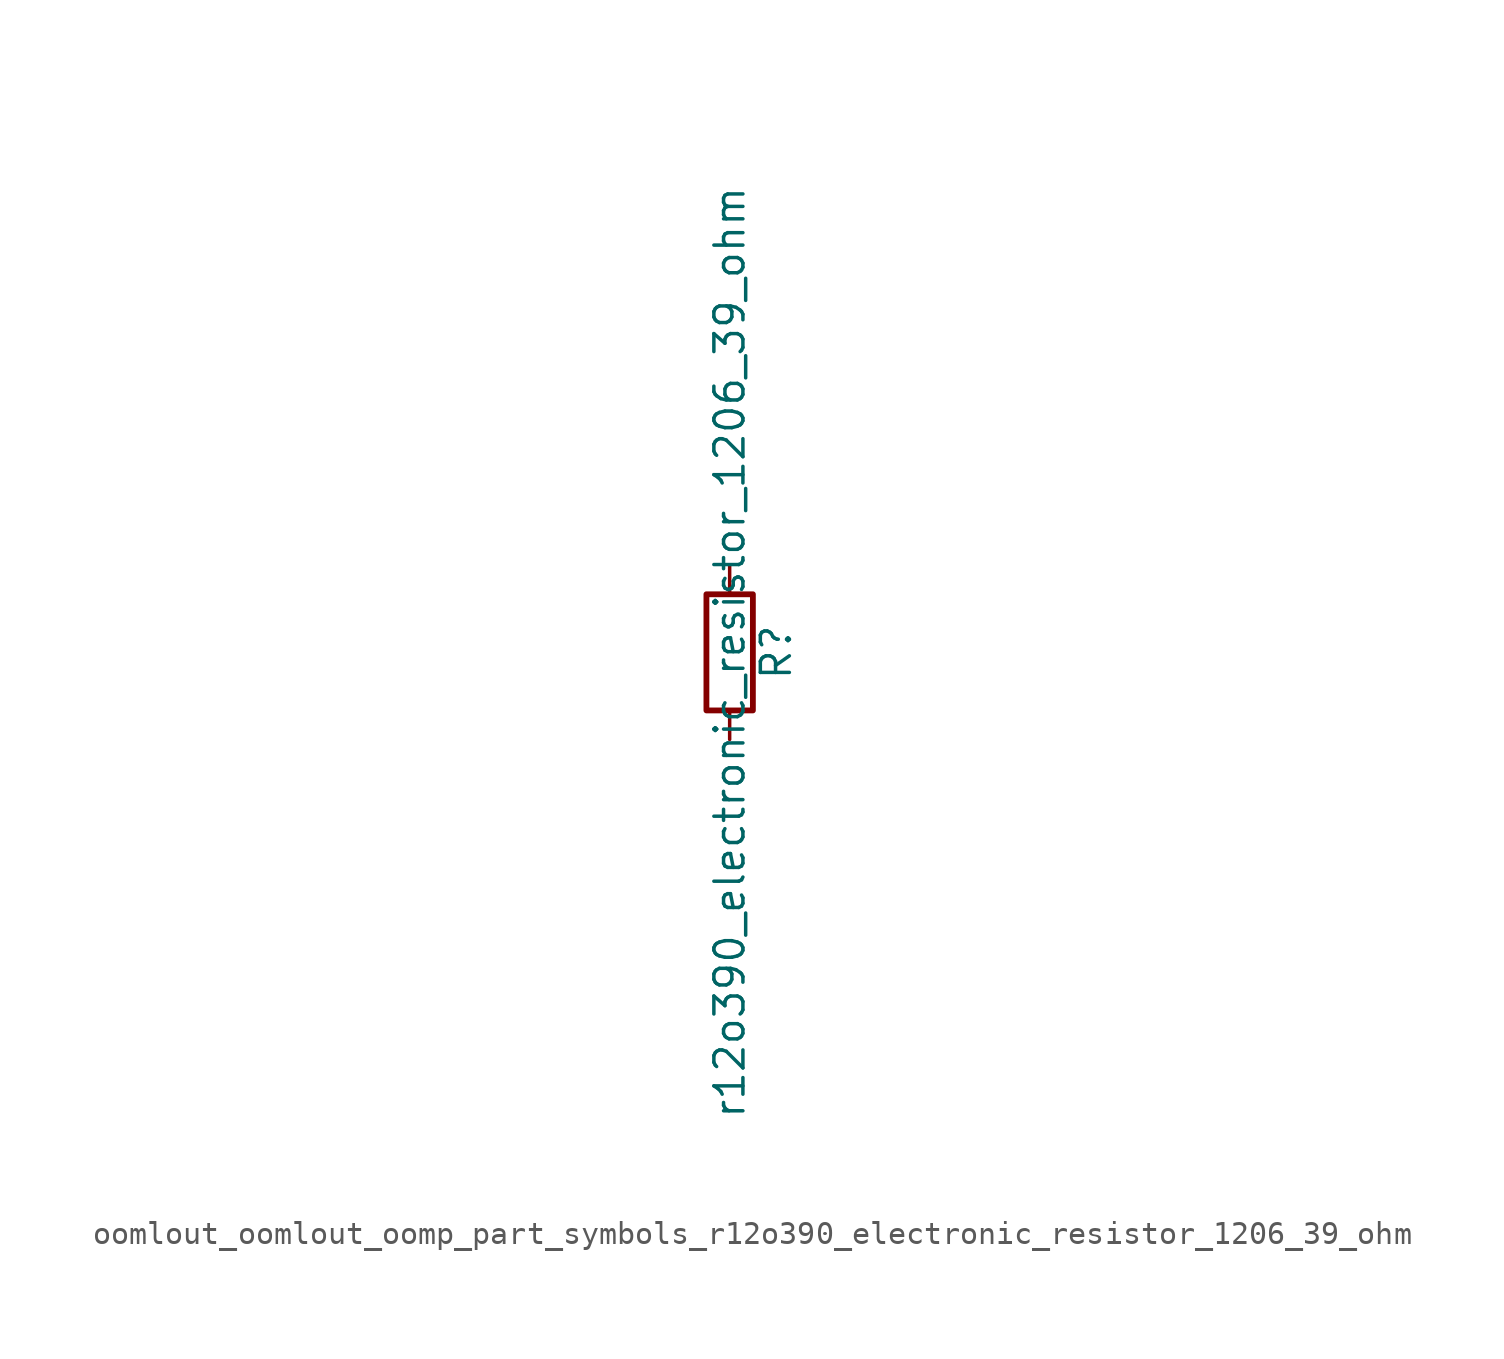
<source format=kicad_sym>
(kicad_symbol_lib
  (version 20220914)
  (generator kicad_symbol_editor)
  (symbol "oomlout_oomlout_oomp_part_symbols_r12o390_electronic_resistor_1206_39_ohm"
    (pin_numbers hide)
    (pin_names
      (offset 0))
    (property "Reference" "R"
      (at 2.032 0 90)
      (effects (font (size 1.27 1.27))))
    (property "Value" "r12o390_electronic_resistor_1206_39_ohm"
      (at 0 0 90)
      (effects (font (size 1.27 1.27))))
    (symbol "oomlout_oomlout_oomp_part_symbols_r12o390_electronic_resistor_1206_39_ohm_0_1"
      (rectangle (start -1.016 -2.54) (end 1.016 2.54) (stroke (width 0.254) (type default)) (fill (type none))))
    (symbol "oomlout_oomlout_oomp_part_symbols_r12o390_electronic_resistor_1206_39_ohm_1_1"
      (pin passive line (at 0 3.81 270) (length 1.27) (name "~" (effects (font (size 1.27 1.27)))) (number "1" (effects (font (size 1.27 1.27)))))
      (pin passive line (at 0 -3.81 90) (length 1.27) (name "~" (effects (font (size 1.27 1.27)))) (number "2" (effects (font (size 1.27 1.27))))))))
</source>
